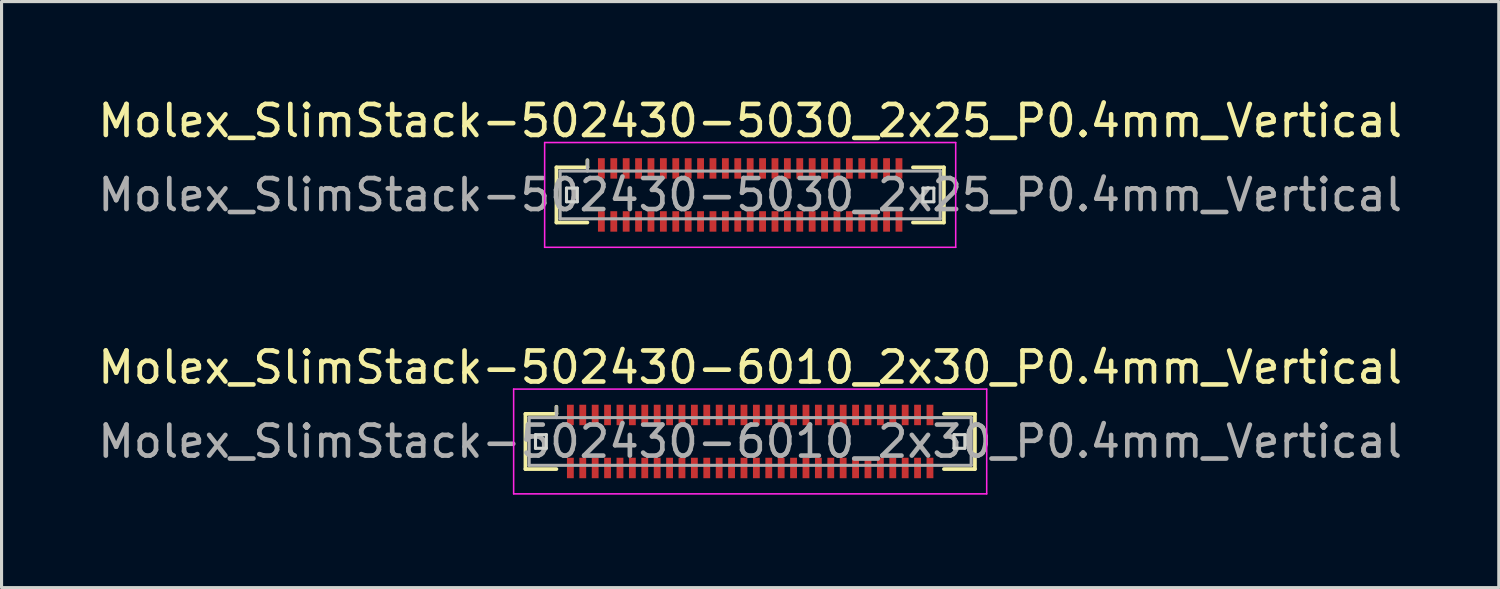
<source format=kicad_pcb>
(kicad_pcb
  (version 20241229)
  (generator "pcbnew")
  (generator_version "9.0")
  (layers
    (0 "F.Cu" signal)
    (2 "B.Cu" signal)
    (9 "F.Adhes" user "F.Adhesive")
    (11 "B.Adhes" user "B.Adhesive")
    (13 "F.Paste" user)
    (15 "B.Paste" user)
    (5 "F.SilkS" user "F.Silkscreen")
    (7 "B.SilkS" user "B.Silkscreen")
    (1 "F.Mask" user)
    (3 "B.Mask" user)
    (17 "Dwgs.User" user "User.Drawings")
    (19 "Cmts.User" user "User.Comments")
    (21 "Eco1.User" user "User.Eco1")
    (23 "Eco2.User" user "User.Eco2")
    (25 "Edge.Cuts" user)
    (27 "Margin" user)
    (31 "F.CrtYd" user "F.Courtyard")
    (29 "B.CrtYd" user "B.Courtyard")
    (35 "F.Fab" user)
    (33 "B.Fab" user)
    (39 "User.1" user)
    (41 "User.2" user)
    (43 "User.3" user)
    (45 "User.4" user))
  (footprint "Molex_SlimStack-502430-5030_2x25_P0.4mm_Vertical"
    (layer "F.Cu")
    (at 21.149 3.238)
    (property "Reference" "Molex_SlimStack-502430-5030_2x25_P0.4mm_Vertical" (at 0 -2.39 0) (layer "F.SilkS") (effects (font (size 1 1) (thickness 0.15))))
    (attr smd)
    (fp_line (start -6.25 -0.89) (end -5.25 -0.89) (stroke (width 0.12) (type solid)) (layer "F.SilkS"))
    (fp_line (start -6.25 0.89) (end -6.25 -0.89) (stroke (width 0.12) (type solid)) (layer "F.SilkS"))
    (fp_line (start -5.25 -0.89) (end -5.25 -1.12) (stroke (width 0.12) (type solid)) (layer "F.SilkS"))
    (fp_line (start -5.25 0.89) (end -6.25 0.89) (stroke (width 0.12) (type solid)) (layer "F.SilkS"))
    (fp_line (start 5.25 0.89) (end 6.25 0.89) (stroke (width 0.12) (type solid)) (layer "F.SilkS"))
    (fp_line (start 6.25 -0.89) (end 5.25 -0.89) (stroke (width 0.12) (type solid)) (layer "F.SilkS"))
    (fp_line (start 6.25 0.89) (end 6.25 -0.89) (stroke (width 0.12) (type solid)) (layer "F.SilkS"))
    (fp_line (start -5.925 -0.22) (end -5.925 0.22) (stroke (width 0.1) (type solid)) (layer "Edge.Cuts"))
    (fp_line (start -5.925 0.22) (end -5.575 0.22) (stroke (width 0.1) (type solid)) (layer "Edge.Cuts"))
    (fp_line (start -5.575 -0.22) (end -5.925 -0.22) (stroke (width 0.1) (type solid)) (layer "Edge.Cuts"))
    (fp_line (start -5.575 0.22) (end -5.575 -0.22) (stroke (width 0.1) (type solid)) (layer "Edge.Cuts"))
    (fp_line (start 5.575 -0.22) (end 5.575 0.22) (stroke (width 0.1) (type solid)) (layer "Edge.Cuts"))
    (fp_line (start 5.575 0.22) (end 5.925 0.22) (stroke (width 0.1) (type solid)) (layer "Edge.Cuts"))
    (fp_line (start 5.925 -0.22) (end 5.575 -0.22) (stroke (width 0.1) (type solid)) (layer "Edge.Cuts"))
    (fp_line (start 5.925 0.22) (end 5.925 -0.22) (stroke (width 0.1) (type solid)) (layer "Edge.Cuts"))
    (fp_line (start -6.63 -1.69) (end -6.63 1.69) (stroke (width 0.05) (type solid)) (layer "F.CrtYd"))
    (fp_line (start -6.63 1.69) (end 6.63 1.69) (stroke (width 0.05) (type solid)) (layer "F.CrtYd"))
    (fp_line (start 6.63 -1.69) (end -6.63 -1.69) (stroke (width 0.05) (type solid)) (layer "F.CrtYd"))
    (fp_line (start 6.63 1.69) (end 6.63 -1.69) (stroke (width 0.05) (type solid)) (layer "F.CrtYd"))
    (fp_line (start -6.13 -0.77) (end -6.13 0.77) (stroke (width 0.1) (type solid)) (layer "F.Fab"))
    (fp_line (start -6.13 0.77) (end 6.13 0.77) (stroke (width 0.1) (type solid)) (layer "F.Fab"))
    (fp_line (start -5.25 -0.77) (end -5.25 -1.12) (stroke (width 0.1) (type solid)) (layer "F.Fab"))
    (fp_line (start 6.13 -0.77) (end -6.13 -0.77) (stroke (width 0.1) (type solid)) (layer "F.Fab"))
    (fp_line (start 6.13 0.77) (end 6.13 -0.77) (stroke (width 0.1) (type solid)) (layer "F.Fab"))
    (fp_text user "${REFERENCE}" (at 0 0 0) (layer "F.Fab") (effects (font (size 1 1) (thickness 0.15))))
    (pad "1" smd rect (at -4.8 -0.855) (size 0.22 0.66) (layers "F.Cu" "F.Mask" "F.Paste"))
    (pad "2" smd rect (at -4.8 0.855) (size 0.22 0.66) (layers "F.Cu" "F.Mask" "F.Paste"))
    (pad "3" smd rect (at -4.4 -0.855) (size 0.22 0.66) (layers "F.Cu" "F.Mask" "F.Paste"))
    (pad "4" smd rect (at -4.4 0.855) (size 0.22 0.66) (layers "F.Cu" "F.Mask" "F.Paste"))
    (pad "5" smd rect (at -4 -0.855) (size 0.22 0.66) (layers "F.Cu" "F.Mask" "F.Paste"))
    (pad "6" smd rect (at -4 0.855) (size 0.22 0.66) (layers "F.Cu" "F.Mask" "F.Paste"))
    (pad "7" smd rect (at -3.6 -0.855) (size 0.22 0.66) (layers "F.Cu" "F.Mask" "F.Paste"))
    (pad "8" smd rect (at -3.6 0.855) (size 0.22 0.66) (layers "F.Cu" "F.Mask" "F.Paste"))
    (pad "9" smd rect (at -3.2 -0.855) (size 0.22 0.66) (layers "F.Cu" "F.Mask" "F.Paste"))
    (pad "10" smd rect (at -3.2 0.855) (size 0.22 0.66) (layers "F.Cu" "F.Mask" "F.Paste"))
    (pad "11" smd rect (at -2.8 -0.855) (size 0.22 0.66) (layers "F.Cu" "F.Mask" "F.Paste"))
    (pad "12" smd rect (at -2.8 0.855) (size 0.22 0.66) (layers "F.Cu" "F.Mask" "F.Paste"))
    (pad "13" smd rect (at -2.4 -0.855) (size 0.22 0.66) (layers "F.Cu" "F.Mask" "F.Paste"))
    (pad "14" smd rect (at -2.4 0.855) (size 0.22 0.66) (layers "F.Cu" "F.Mask" "F.Paste"))
    (pad "15" smd rect (at -2 -0.855) (size 0.22 0.66) (layers "F.Cu" "F.Mask" "F.Paste"))
    (pad "16" smd rect (at -2 0.855) (size 0.22 0.66) (layers "F.Cu" "F.Mask" "F.Paste"))
    (pad "17" smd rect (at -1.6 -0.855) (size 0.22 0.66) (layers "F.Cu" "F.Mask" "F.Paste"))
    (pad "18" smd rect (at -1.6 0.855) (size 0.22 0.66) (layers "F.Cu" "F.Mask" "F.Paste"))
    (pad "19" smd rect (at -1.2 -0.855) (size 0.22 0.66) (layers "F.Cu" "F.Mask" "F.Paste"))
    (pad "20" smd rect (at -1.2 0.855) (size 0.22 0.66) (layers "F.Cu" "F.Mask" "F.Paste"))
    (pad "21" smd rect (at -0.8 -0.855) (size 0.22 0.66) (layers "F.Cu" "F.Mask" "F.Paste"))
    (pad "22" smd rect (at -0.8 0.855) (size 0.22 0.66) (layers "F.Cu" "F.Mask" "F.Paste"))
    (pad "23" smd rect (at -0.4 -0.855) (size 0.22 0.66) (layers "F.Cu" "F.Mask" "F.Paste"))
    (pad "24" smd rect (at -0.4 0.855) (size 0.22 0.66) (layers "F.Cu" "F.Mask" "F.Paste"))
    (pad "25" smd rect (at 0 -0.855) (size 0.22 0.66) (layers "F.Cu" "F.Mask" "F.Paste"))
    (pad "26" smd rect (at 0 0.855) (size 0.22 0.66) (layers "F.Cu" "F.Mask" "F.Paste"))
    (pad "27" smd rect (at 0.4 -0.855) (size 0.22 0.66) (layers "F.Cu" "F.Mask" "F.Paste"))
    (pad "28" smd rect (at 0.4 0.855) (size 0.22 0.66) (layers "F.Cu" "F.Mask" "F.Paste"))
    (pad "29" smd rect (at 0.8 -0.855) (size 0.22 0.66) (layers "F.Cu" "F.Mask" "F.Paste"))
    (pad "30" smd rect (at 0.8 0.855) (size 0.22 0.66) (layers "F.Cu" "F.Mask" "F.Paste"))
    (pad "31" smd rect (at 1.2 -0.855) (size 0.22 0.66) (layers "F.Cu" "F.Mask" "F.Paste"))
    (pad "32" smd rect (at 1.2 0.855) (size 0.22 0.66) (layers "F.Cu" "F.Mask" "F.Paste"))
    (pad "33" smd rect (at 1.6 -0.855) (size 0.22 0.66) (layers "F.Cu" "F.Mask" "F.Paste"))
    (pad "34" smd rect (at 1.6 0.855) (size 0.22 0.66) (layers "F.Cu" "F.Mask" "F.Paste"))
    (pad "35" smd rect (at 2 -0.855) (size 0.22 0.66) (layers "F.Cu" "F.Mask" "F.Paste"))
    (pad "36" smd rect (at 2 0.855) (size 0.22 0.66) (layers "F.Cu" "F.Mask" "F.Paste"))
    (pad "37" smd rect (at 2.4 -0.855) (size 0.22 0.66) (layers "F.Cu" "F.Mask" "F.Paste"))
    (pad "38" smd rect (at 2.4 0.855) (size 0.22 0.66) (layers "F.Cu" "F.Mask" "F.Paste"))
    (pad "39" smd rect (at 2.8 -0.855) (size 0.22 0.66) (layers "F.Cu" "F.Mask" "F.Paste"))
    (pad "40" smd rect (at 2.8 0.855) (size 0.22 0.66) (layers "F.Cu" "F.Mask" "F.Paste"))
    (pad "41" smd rect (at 3.2 -0.855) (size 0.22 0.66) (layers "F.Cu" "F.Mask" "F.Paste"))
    (pad "42" smd rect (at 3.2 0.855) (size 0.22 0.66) (layers "F.Cu" "F.Mask" "F.Paste"))
    (pad "43" smd rect (at 3.6 -0.855) (size 0.22 0.66) (layers "F.Cu" "F.Mask" "F.Paste"))
    (pad "44" smd rect (at 3.6 0.855) (size 0.22 0.66) (layers "F.Cu" "F.Mask" "F.Paste"))
    (pad "45" smd rect (at 4 -0.855) (size 0.22 0.66) (layers "F.Cu" "F.Mask" "F.Paste"))
    (pad "46" smd rect (at 4 0.855) (size 0.22 0.66) (layers "F.Cu" "F.Mask" "F.Paste"))
    (pad "47" smd rect (at 4.4 -0.855) (size 0.22 0.66) (layers "F.Cu" "F.Mask" "F.Paste"))
    (pad "48" smd rect (at 4.4 0.855) (size 0.22 0.66) (layers "F.Cu" "F.Mask" "F.Paste"))
    (pad "49" smd rect (at 4.8 -0.855) (size 0.22 0.66) (layers "F.Cu" "F.Mask" "F.Paste"))
    (pad "50" smd rect (at 4.8 0.855) (size 0.22 0.66) (layers "F.Cu" "F.Mask" "F.Paste")))
  (footprint "Molex_SlimStack-502430-6010_2x30_P0.4mm_Vertical"
    (layer "F.Cu")
    (at 21.149 11.191)
    (property "Reference" "Molex_SlimStack-502430-6010_2x30_P0.4mm_Vertical" (at 0 -2.39 0) (layer "F.SilkS") (effects (font (size 1 1) (thickness 0.15))))
    (attr smd)
    (fp_line (start -7.25 -0.89) (end -6.25 -0.89) (stroke (width 0.12) (type solid)) (layer "F.SilkS"))
    (fp_line (start -7.25 0.89) (end -7.25 -0.89) (stroke (width 0.12) (type solid)) (layer "F.SilkS"))
    (fp_line (start -6.25 -0.89) (end -6.25 -1.12) (stroke (width 0.12) (type solid)) (layer "F.SilkS"))
    (fp_line (start -6.25 0.89) (end -7.25 0.89) (stroke (width 0.12) (type solid)) (layer "F.SilkS"))
    (fp_line (start 6.25 0.89) (end 7.25 0.89) (stroke (width 0.12) (type solid)) (layer "F.SilkS"))
    (fp_line (start 7.25 -0.89) (end 6.25 -0.89) (stroke (width 0.12) (type solid)) (layer "F.SilkS"))
    (fp_line (start 7.25 0.89) (end 7.25 -0.89) (stroke (width 0.12) (type solid)) (layer "F.SilkS"))
    (fp_line (start -6.925 -0.22) (end -6.925 0.22) (stroke (width 0.1) (type solid)) (layer "Edge.Cuts"))
    (fp_line (start -6.925 0.22) (end -6.575 0.22) (stroke (width 0.1) (type solid)) (layer "Edge.Cuts"))
    (fp_line (start -6.575 -0.22) (end -6.925 -0.22) (stroke (width 0.1) (type solid)) (layer "Edge.Cuts"))
    (fp_line (start -6.575 0.22) (end -6.575 -0.22) (stroke (width 0.1) (type solid)) (layer "Edge.Cuts"))
    (fp_line (start 6.575 -0.22) (end 6.575 0.22) (stroke (width 0.1) (type solid)) (layer "Edge.Cuts"))
    (fp_line (start 6.575 0.22) (end 6.925 0.22) (stroke (width 0.1) (type solid)) (layer "Edge.Cuts"))
    (fp_line (start 6.925 -0.22) (end 6.575 -0.22) (stroke (width 0.1) (type solid)) (layer "Edge.Cuts"))
    (fp_line (start 6.925 0.22) (end 6.925 -0.22) (stroke (width 0.1) (type solid)) (layer "Edge.Cuts"))
    (fp_line (start -7.63 -1.69) (end -7.63 1.69) (stroke (width 0.05) (type solid)) (layer "F.CrtYd"))
    (fp_line (start -7.63 1.69) (end 7.63 1.69) (stroke (width 0.05) (type solid)) (layer "F.CrtYd"))
    (fp_line (start 7.63 -1.69) (end -7.63 -1.69) (stroke (width 0.05) (type solid)) (layer "F.CrtYd"))
    (fp_line (start 7.63 1.69) (end 7.63 -1.69) (stroke (width 0.05) (type solid)) (layer "F.CrtYd"))
    (fp_line (start -7.13 -0.77) (end -7.13 0.77) (stroke (width 0.1) (type solid)) (layer "F.Fab"))
    (fp_line (start -7.13 0.77) (end 7.13 0.77) (stroke (width 0.1) (type solid)) (layer "F.Fab"))
    (fp_line (start -6.25 -0.77) (end -6.25 -1.12) (stroke (width 0.1) (type solid)) (layer "F.Fab"))
    (fp_line (start 7.13 -0.77) (end -7.13 -0.77) (stroke (width 0.1) (type solid)) (layer "F.Fab"))
    (fp_line (start 7.13 0.77) (end 7.13 -0.77) (stroke (width 0.1) (type solid)) (layer "F.Fab"))
    (fp_text user "${REFERENCE}" (at 0 0 0) (layer "F.Fab") (effects (font (size 1 1) (thickness 0.15))))
    (pad "1" smd rect (at -5.8 -0.855) (size 0.22 0.66) (layers "F.Cu" "F.Mask" "F.Paste"))
    (pad "2" smd rect (at -5.8 0.855) (size 0.22 0.66) (layers "F.Cu" "F.Mask" "F.Paste"))
    (pad "3" smd rect (at -5.4 -0.855) (size 0.22 0.66) (layers "F.Cu" "F.Mask" "F.Paste"))
    (pad "4" smd rect (at -5.4 0.855) (size 0.22 0.66) (layers "F.Cu" "F.Mask" "F.Paste"))
    (pad "5" smd rect (at -5 -0.855) (size 0.22 0.66) (layers "F.Cu" "F.Mask" "F.Paste"))
    (pad "6" smd rect (at -5 0.855) (size 0.22 0.66) (layers "F.Cu" "F.Mask" "F.Paste"))
    (pad "7" smd rect (at -4.6 -0.855) (size 0.22 0.66) (layers "F.Cu" "F.Mask" "F.Paste"))
    (pad "8" smd rect (at -4.6 0.855) (size 0.22 0.66) (layers "F.Cu" "F.Mask" "F.Paste"))
    (pad "9" smd rect (at -4.2 -0.855) (size 0.22 0.66) (layers "F.Cu" "F.Mask" "F.Paste"))
    (pad "10" smd rect (at -4.2 0.855) (size 0.22 0.66) (layers "F.Cu" "F.Mask" "F.Paste"))
    (pad "11" smd rect (at -3.8 -0.855) (size 0.22 0.66) (layers "F.Cu" "F.Mask" "F.Paste"))
    (pad "12" smd rect (at -3.8 0.855) (size 0.22 0.66) (layers "F.Cu" "F.Mask" "F.Paste"))
    (pad "13" smd rect (at -3.4 -0.855) (size 0.22 0.66) (layers "F.Cu" "F.Mask" "F.Paste"))
    (pad "14" smd rect (at -3.4 0.855) (size 0.22 0.66) (layers "F.Cu" "F.Mask" "F.Paste"))
    (pad "15" smd rect (at -3 -0.855) (size 0.22 0.66) (layers "F.Cu" "F.Mask" "F.Paste"))
    (pad "16" smd rect (at -3 0.855) (size 0.22 0.66) (layers "F.Cu" "F.Mask" "F.Paste"))
    (pad "17" smd rect (at -2.6 -0.855) (size 0.22 0.66) (layers "F.Cu" "F.Mask" "F.Paste"))
    (pad "18" smd rect (at -2.6 0.855) (size 0.22 0.66) (layers "F.Cu" "F.Mask" "F.Paste"))
    (pad "19" smd rect (at -2.2 -0.855) (size 0.22 0.66) (layers "F.Cu" "F.Mask" "F.Paste"))
    (pad "20" smd rect (at -2.2 0.855) (size 0.22 0.66) (layers "F.Cu" "F.Mask" "F.Paste"))
    (pad "21" smd rect (at -1.8 -0.855) (size 0.22 0.66) (layers "F.Cu" "F.Mask" "F.Paste"))
    (pad "22" smd rect (at -1.8 0.855) (size 0.22 0.66) (layers "F.Cu" "F.Mask" "F.Paste"))
    (pad "23" smd rect (at -1.4 -0.855) (size 0.22 0.66) (layers "F.Cu" "F.Mask" "F.Paste"))
    (pad "24" smd rect (at -1.4 0.855) (size 0.22 0.66) (layers "F.Cu" "F.Mask" "F.Paste"))
    (pad "25" smd rect (at -1 -0.855) (size 0.22 0.66) (layers "F.Cu" "F.Mask" "F.Paste"))
    (pad "26" smd rect (at -1 0.855) (size 0.22 0.66) (layers "F.Cu" "F.Mask" "F.Paste"))
    (pad "27" smd rect (at -0.6 -0.855) (size 0.22 0.66) (layers "F.Cu" "F.Mask" "F.Paste"))
    (pad "28" smd rect (at -0.6 0.855) (size 0.22 0.66) (layers "F.Cu" "F.Mask" "F.Paste"))
    (pad "29" smd rect (at -0.2 -0.855) (size 0.22 0.66) (layers "F.Cu" "F.Mask" "F.Paste"))
    (pad "30" smd rect (at -0.2 0.855) (size 0.22 0.66) (layers "F.Cu" "F.Mask" "F.Paste"))
    (pad "31" smd rect (at 0.2 -0.855) (size 0.22 0.66) (layers "F.Cu" "F.Mask" "F.Paste"))
    (pad "32" smd rect (at 0.2 0.855) (size 0.22 0.66) (layers "F.Cu" "F.Mask" "F.Paste"))
    (pad "33" smd rect (at 0.6 -0.855) (size 0.22 0.66) (layers "F.Cu" "F.Mask" "F.Paste"))
    (pad "34" smd rect (at 0.6 0.855) (size 0.22 0.66) (layers "F.Cu" "F.Mask" "F.Paste"))
    (pad "35" smd rect (at 1 -0.855) (size 0.22 0.66) (layers "F.Cu" "F.Mask" "F.Paste"))
    (pad "36" smd rect (at 1 0.855) (size 0.22 0.66) (layers "F.Cu" "F.Mask" "F.Paste"))
    (pad "37" smd rect (at 1.4 -0.855) (size 0.22 0.66) (layers "F.Cu" "F.Mask" "F.Paste"))
    (pad "38" smd rect (at 1.4 0.855) (size 0.22 0.66) (layers "F.Cu" "F.Mask" "F.Paste"))
    (pad "39" smd rect (at 1.8 -0.855) (size 0.22 0.66) (layers "F.Cu" "F.Mask" "F.Paste"))
    (pad "40" smd rect (at 1.8 0.855) (size 0.22 0.66) (layers "F.Cu" "F.Mask" "F.Paste"))
    (pad "41" smd rect (at 2.2 -0.855) (size 0.22 0.66) (layers "F.Cu" "F.Mask" "F.Paste"))
    (pad "42" smd rect (at 2.2 0.855) (size 0.22 0.66) (layers "F.Cu" "F.Mask" "F.Paste"))
    (pad "43" smd rect (at 2.6 -0.855) (size 0.22 0.66) (layers "F.Cu" "F.Mask" "F.Paste"))
    (pad "44" smd rect (at 2.6 0.855) (size 0.22 0.66) (layers "F.Cu" "F.Mask" "F.Paste"))
    (pad "45" smd rect (at 3 -0.855) (size 0.22 0.66) (layers "F.Cu" "F.Mask" "F.Paste"))
    (pad "46" smd rect (at 3 0.855) (size 0.22 0.66) (layers "F.Cu" "F.Mask" "F.Paste"))
    (pad "47" smd rect (at 3.4 -0.855) (size 0.22 0.66) (layers "F.Cu" "F.Mask" "F.Paste"))
    (pad "48" smd rect (at 3.4 0.855) (size 0.22 0.66) (layers "F.Cu" "F.Mask" "F.Paste"))
    (pad "49" smd rect (at 3.8 -0.855) (size 0.22 0.66) (layers "F.Cu" "F.Mask" "F.Paste"))
    (pad "50" smd rect (at 3.8 0.855) (size 0.22 0.66) (layers "F.Cu" "F.Mask" "F.Paste"))
    (pad "51" smd rect (at 4.2 -0.855) (size 0.22 0.66) (layers "F.Cu" "F.Mask" "F.Paste"))
    (pad "52" smd rect (at 4.2 0.855) (size 0.22 0.66) (layers "F.Cu" "F.Mask" "F.Paste"))
    (pad "53" smd rect (at 4.6 -0.855) (size 0.22 0.66) (layers "F.Cu" "F.Mask" "F.Paste"))
    (pad "54" smd rect (at 4.6 0.855) (size 0.22 0.66) (layers "F.Cu" "F.Mask" "F.Paste"))
    (pad "55" smd rect (at 5 -0.855) (size 0.22 0.66) (layers "F.Cu" "F.Mask" "F.Paste"))
    (pad "56" smd rect (at 5 0.855) (size 0.22 0.66) (layers "F.Cu" "F.Mask" "F.Paste"))
    (pad "57" smd rect (at 5.4 -0.855) (size 0.22 0.66) (layers "F.Cu" "F.Mask" "F.Paste"))
    (pad "58" smd rect (at 5.4 0.855) (size 0.22 0.66) (layers "F.Cu" "F.Mask" "F.Paste"))
    (pad "59" smd rect (at 5.8 -0.855) (size 0.22 0.66) (layers "F.Cu" "F.Mask" "F.Paste"))
    (pad "60" smd rect (at 5.8 0.855) (size 0.22 0.66) (layers "F.Cu" "F.Mask" "F.Paste")))
  (gr_rect
    (start -3 -3)
    (end 45.298 15.906)
    (stroke (width 0.1) (type default))
    (fill no)
    (layer "Edge.Cuts")))
</source>
